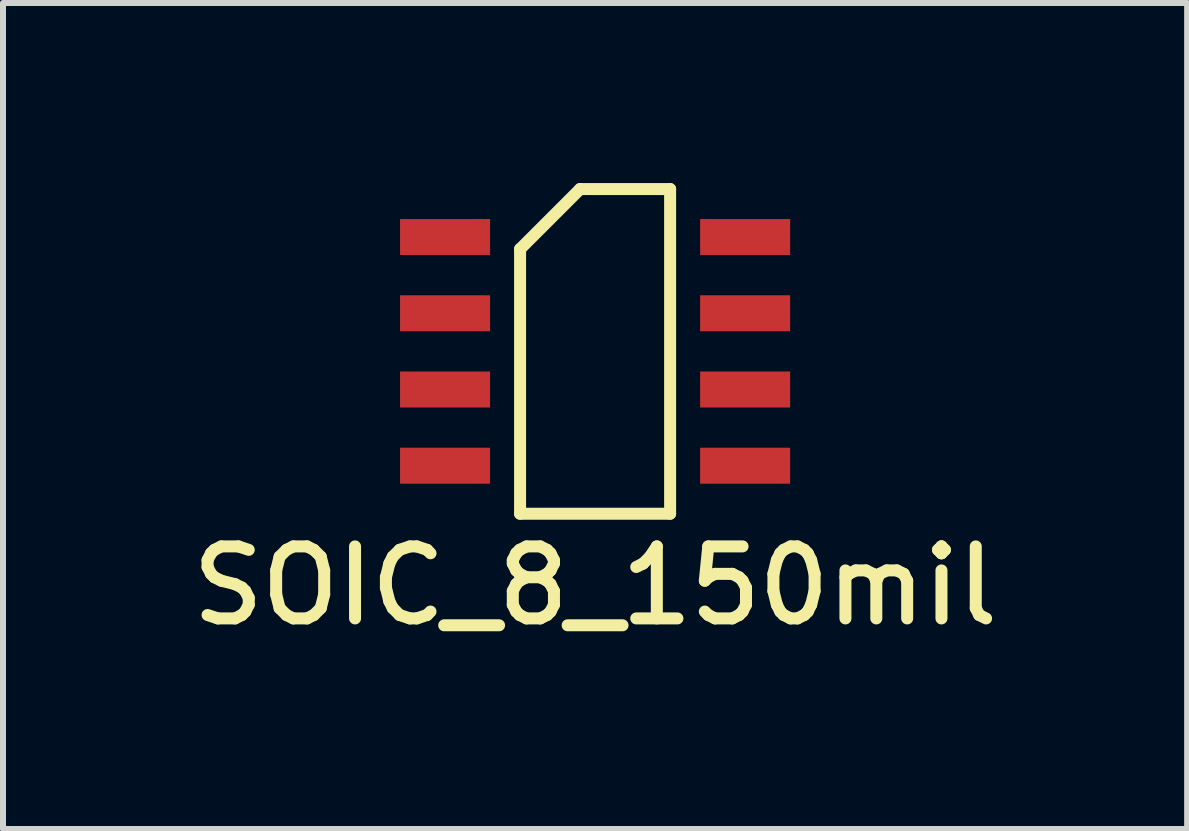
<source format=kicad_pcb>
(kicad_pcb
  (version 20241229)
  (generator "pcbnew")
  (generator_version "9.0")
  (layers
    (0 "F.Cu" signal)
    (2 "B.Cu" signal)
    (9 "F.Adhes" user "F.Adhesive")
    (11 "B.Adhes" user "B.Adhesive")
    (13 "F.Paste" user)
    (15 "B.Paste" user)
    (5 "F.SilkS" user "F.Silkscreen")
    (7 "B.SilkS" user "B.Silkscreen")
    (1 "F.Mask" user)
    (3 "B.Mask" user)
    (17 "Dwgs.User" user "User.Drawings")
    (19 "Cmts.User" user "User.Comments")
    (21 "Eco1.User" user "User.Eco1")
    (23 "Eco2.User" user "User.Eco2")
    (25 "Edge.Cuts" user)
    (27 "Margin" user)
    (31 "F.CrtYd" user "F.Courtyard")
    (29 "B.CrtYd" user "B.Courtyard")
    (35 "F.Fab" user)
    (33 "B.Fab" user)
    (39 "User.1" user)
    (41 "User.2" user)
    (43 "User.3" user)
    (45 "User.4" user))
  (footprint "SOIC_8_150mil"
    (layer "F.Cu")
    (at 6.866 2.805)
    (property "Reference" "SOIC_8_150mil" (at 0 3.905 0) (layer "F.SilkS") (effects (font (size 1.2 1.2) (thickness 0.2))))
    (attr smd)
    (fp_line (start -1.25 -1.705) (end -1.25 2.705) (stroke (width 0.2) (type solid)) (layer "F.SilkS"))
    (fp_line (start -1.25 2.705) (end 1.25 2.705) (stroke (width 0.2) (type solid)) (layer "F.SilkS"))
    (fp_line (start -0.25 -2.705) (end -1.25 -1.705) (stroke (width 0.2) (type solid)) (layer "F.SilkS"))
    (fp_line (start 1.25 -2.705) (end -0.25 -2.705) (stroke (width 0.2) (type solid)) (layer "F.SilkS"))
    (fp_line (start 1.25 2.705) (end 1.25 -2.705) (stroke (width 0.2) (type solid)) (layer "F.SilkS"))
    (pad "1" smd rect (at -2.5 -1.905) (size 1.5 0.6) (layers "F.Cu" "F.Mask" "F.Paste"))
    (pad "2" smd rect (at -2.5 -0.635) (size 1.5 0.6) (layers "F.Cu" "F.Mask" "F.Paste"))
    (pad "3" smd rect (at -2.5 0.635) (size 1.5 0.6) (layers "F.Cu" "F.Mask" "F.Paste"))
    (pad "4" smd rect (at -2.5 1.905) (size 1.5 0.6) (layers "F.Cu" "F.Mask" "F.Paste"))
    (pad "5" smd rect (at 2.5 1.905) (size 1.5 0.6) (layers "F.Cu" "F.Mask" "F.Paste"))
    (pad "6" smd rect (at 2.5 0.635) (size 1.5 0.6) (layers "F.Cu" "F.Mask" "F.Paste"))
    (pad "7" smd rect (at 2.5 -0.635) (size 1.5 0.6) (layers "F.Cu" "F.Mask" "F.Paste"))
    (pad "8" smd rect (at 2.5 -1.905) (size 1.5 0.6) (layers "F.Cu" "F.Mask" "F.Paste")))
  (gr_rect
    (start -3 -3)
    (end 16.731 10.763)
    (stroke (width 0.1) (type default))
    (fill no)
    (layer "Edge.Cuts")))
</source>
